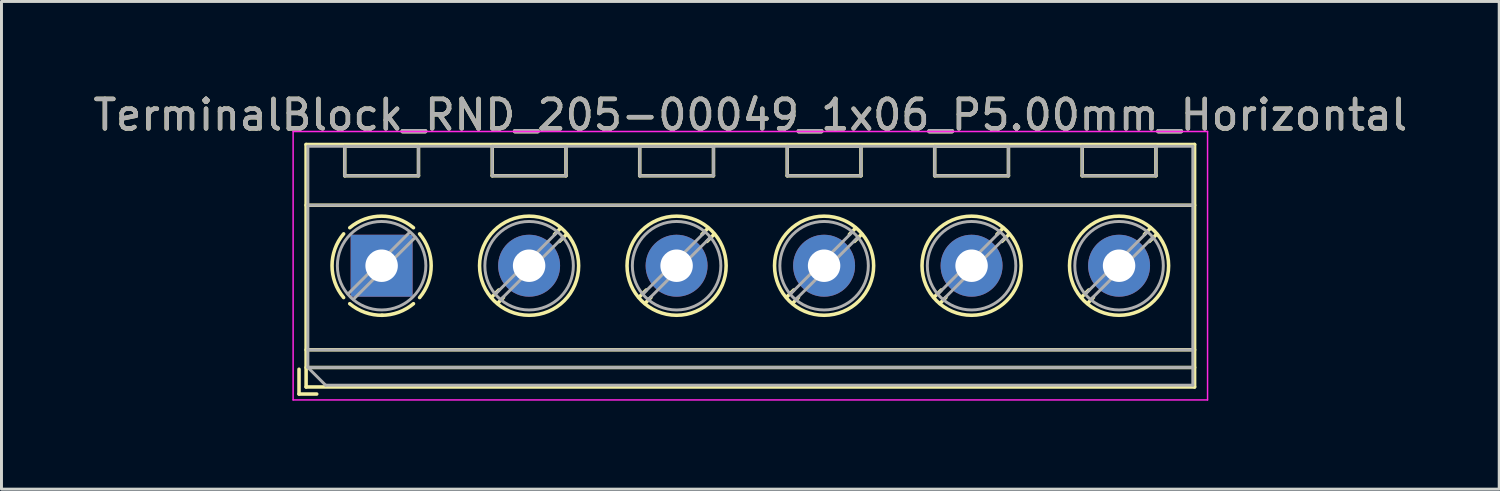
<source format=kicad_pcb>
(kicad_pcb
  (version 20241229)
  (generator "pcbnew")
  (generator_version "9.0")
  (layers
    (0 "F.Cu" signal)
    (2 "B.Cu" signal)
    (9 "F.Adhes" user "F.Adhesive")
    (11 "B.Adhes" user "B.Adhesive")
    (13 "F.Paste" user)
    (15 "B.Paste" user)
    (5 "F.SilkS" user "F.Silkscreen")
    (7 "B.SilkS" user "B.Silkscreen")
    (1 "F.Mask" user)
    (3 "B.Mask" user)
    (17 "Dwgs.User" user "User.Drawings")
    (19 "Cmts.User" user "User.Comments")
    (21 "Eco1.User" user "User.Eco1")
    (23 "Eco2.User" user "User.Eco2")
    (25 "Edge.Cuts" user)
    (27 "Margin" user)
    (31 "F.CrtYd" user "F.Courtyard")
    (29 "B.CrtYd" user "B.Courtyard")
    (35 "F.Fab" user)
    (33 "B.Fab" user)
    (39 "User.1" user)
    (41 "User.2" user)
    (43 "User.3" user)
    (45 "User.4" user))
  (footprint "TerminalBlock_RND_205-00049_1x06_P5.00mm_Horizontal"
    (layer "F.Cu")
    (at 9.887 5.958)
    (property "Reference" "TerminalBlock_RND_205-00049_1x06_P5.00mm_Horizontal" (at 12.5 -5.11 0) (layer "F.SilkS") (effects (font (size 1 1) (thickness 0.15))))
    (attr through_hole)
    (fp_line (start -2.8 3.51) (end -2.8 4.35) (stroke (width 0.12) (type solid)) (layer "F.SilkS"))
    (fp_line (start -2.8 4.35) (end -2.2 4.35) (stroke (width 0.12) (type solid)) (layer "F.SilkS"))
    (fp_line (start -2.56 -4.11) (end -2.56 4.11) (stroke (width 0.12) (type solid)) (layer "F.SilkS"))
    (fp_line (start -2.56 -4.11) (end 27.56 -4.11) (stroke (width 0.12) (type solid)) (layer "F.SilkS"))
    (fp_line (start -2.56 -2.05) (end 27.56 -2.05) (stroke (width 0.12) (type solid)) (layer "F.SilkS"))
    (fp_line (start -2.56 2.85) (end 27.56 2.85) (stroke (width 0.12) (type solid)) (layer "F.SilkS"))
    (fp_line (start -2.56 3.45) (end 27.56 3.45) (stroke (width 0.12) (type solid)) (layer "F.SilkS"))
    (fp_line (start -2.56 4.11) (end 27.56 4.11) (stroke (width 0.12) (type solid)) (layer "F.SilkS"))
    (fp_line (start -1.25 -4.05) (end -1.25 -3.05) (stroke (width 0.12) (type solid)) (layer "F.SilkS"))
    (fp_line (start -1.25 -4.05) (end 1.25 -4.05) (stroke (width 0.12) (type solid)) (layer "F.SilkS"))
    (fp_line (start -1.25 -3.05) (end 1.25 -3.05) (stroke (width 0.12) (type solid)) (layer "F.SilkS"))
    (fp_line (start 1.25 -4.05) (end 1.25 -3.05) (stroke (width 0.12) (type solid)) (layer "F.SilkS"))
    (fp_line (start 3.75 -4.05) (end 3.75 -3.05) (stroke (width 0.12) (type solid)) (layer "F.SilkS"))
    (fp_line (start 3.75 -4.05) (end 6.25 -4.05) (stroke (width 0.12) (type solid)) (layer "F.SilkS"))
    (fp_line (start 3.75 -3.05) (end 6.25 -3.05) (stroke (width 0.12) (type solid)) (layer "F.SilkS"))
    (fp_line (start 3.972 0.823) (end 3.726 1.069) (stroke (width 0.12) (type solid)) (layer "F.SilkS"))
    (fp_line (start 4.13 1.075) (end 3.931 1.274) (stroke (width 0.12) (type solid)) (layer "F.SilkS"))
    (fp_line (start 6.07 -1.275) (end 5.859 -1.064) (stroke (width 0.12) (type solid)) (layer "F.SilkS"))
    (fp_line (start 6.25 -4.05) (end 6.25 -3.05) (stroke (width 0.12) (type solid)) (layer "F.SilkS"))
    (fp_line (start 6.275 -1.069) (end 6.029 -0.823) (stroke (width 0.12) (type solid)) (layer "F.SilkS"))
    (fp_line (start 8.75 -4.05) (end 8.75 -3.05) (stroke (width 0.12) (type solid)) (layer "F.SilkS"))
    (fp_line (start 8.75 -4.05) (end 11.25 -4.05) (stroke (width 0.12) (type solid)) (layer "F.SilkS"))
    (fp_line (start 8.75 -3.05) (end 11.25 -3.05) (stroke (width 0.12) (type solid)) (layer "F.SilkS"))
    (fp_line (start 8.972 0.823) (end 8.726 1.069) (stroke (width 0.12) (type solid)) (layer "F.SilkS"))
    (fp_line (start 9.13 1.075) (end 8.931 1.274) (stroke (width 0.12) (type solid)) (layer "F.SilkS"))
    (fp_line (start 11.07 -1.275) (end 10.859 -1.064) (stroke (width 0.12) (type solid)) (layer "F.SilkS"))
    (fp_line (start 11.25 -4.05) (end 11.25 -3.05) (stroke (width 0.12) (type solid)) (layer "F.SilkS"))
    (fp_line (start 11.275 -1.069) (end 11.029 -0.823) (stroke (width 0.12) (type solid)) (layer "F.SilkS"))
    (fp_line (start 13.75 -4.05) (end 13.75 -3.05) (stroke (width 0.12) (type solid)) (layer "F.SilkS"))
    (fp_line (start 13.75 -4.05) (end 16.25 -4.05) (stroke (width 0.12) (type solid)) (layer "F.SilkS"))
    (fp_line (start 13.75 -3.05) (end 16.25 -3.05) (stroke (width 0.12) (type solid)) (layer "F.SilkS"))
    (fp_line (start 13.972 0.823) (end 13.726 1.069) (stroke (width 0.12) (type solid)) (layer "F.SilkS"))
    (fp_line (start 14.13 1.075) (end 13.931 1.274) (stroke (width 0.12) (type solid)) (layer "F.SilkS"))
    (fp_line (start 16.07 -1.275) (end 15.859 -1.064) (stroke (width 0.12) (type solid)) (layer "F.SilkS"))
    (fp_line (start 16.25 -4.05) (end 16.25 -3.05) (stroke (width 0.12) (type solid)) (layer "F.SilkS"))
    (fp_line (start 16.275 -1.069) (end 16.029 -0.823) (stroke (width 0.12) (type solid)) (layer "F.SilkS"))
    (fp_line (start 18.75 -4.05) (end 18.75 -3.05) (stroke (width 0.12) (type solid)) (layer "F.SilkS"))
    (fp_line (start 18.75 -4.05) (end 21.25 -4.05) (stroke (width 0.12) (type solid)) (layer "F.SilkS"))
    (fp_line (start 18.75 -3.05) (end 21.25 -3.05) (stroke (width 0.12) (type solid)) (layer "F.SilkS"))
    (fp_line (start 18.972 0.823) (end 18.726 1.069) (stroke (width 0.12) (type solid)) (layer "F.SilkS"))
    (fp_line (start 19.13 1.075) (end 18.931 1.274) (stroke (width 0.12) (type solid)) (layer "F.SilkS"))
    (fp_line (start 21.07 -1.275) (end 20.859 -1.064) (stroke (width 0.12) (type solid)) (layer "F.SilkS"))
    (fp_line (start 21.25 -4.05) (end 21.25 -3.05) (stroke (width 0.12) (type solid)) (layer "F.SilkS"))
    (fp_line (start 21.275 -1.069) (end 21.029 -0.823) (stroke (width 0.12) (type solid)) (layer "F.SilkS"))
    (fp_line (start 23.75 -4.05) (end 23.75 -3.05) (stroke (width 0.12) (type solid)) (layer "F.SilkS"))
    (fp_line (start 23.75 -4.05) (end 26.25 -4.05) (stroke (width 0.12) (type solid)) (layer "F.SilkS"))
    (fp_line (start 23.75 -3.05) (end 26.25 -3.05) (stroke (width 0.12) (type solid)) (layer "F.SilkS"))
    (fp_line (start 23.972 0.823) (end 23.726 1.069) (stroke (width 0.12) (type solid)) (layer "F.SilkS"))
    (fp_line (start 24.13 1.075) (end 23.931 1.274) (stroke (width 0.12) (type solid)) (layer "F.SilkS"))
    (fp_line (start 26.07 -1.275) (end 25.859 -1.064) (stroke (width 0.12) (type solid)) (layer "F.SilkS"))
    (fp_line (start 26.25 -4.05) (end 26.25 -3.05) (stroke (width 0.12) (type solid)) (layer "F.SilkS"))
    (fp_line (start 26.275 -1.069) (end 26.029 -0.823) (stroke (width 0.12) (type solid)) (layer "F.SilkS"))
    (fp_line (start 27.56 -4.11) (end 27.56 4.11) (stroke (width 0.12) (type solid)) (layer "F.SilkS"))
    (fp_arc (start -1.288062 1.079734) (mid -1.680752 -0.000826) (end -1.287 -1.081) (stroke (width 0.12) (type solid)) (layer "F.SilkS"))
    (fp_arc (start -1.079908 -1.287078) (mid 0.00006 -1.68011) (end 1.08 -1.287) (stroke (width 0.12) (type solid)) (layer "F.SilkS"))
    (fp_arc (start 0.028507 1.680511) (mid -0.561826 1.584071) (end -1.081 1.287) (stroke (width 0.12) (type solid)) (layer "F.SilkS"))
    (fp_arc (start 1.079883 1.286955) (mid 0.574594 1.578684) (end 0 1.68) (stroke (width 0.12) (type solid)) (layer "F.SilkS"))
    (fp_arc (start 1.287078 -1.079908) (mid 1.68011 0.00006) (end 1.287 1.08) (stroke (width 0.12) (type solid)) (layer "F.SilkS"))
    (fp_circle (center 5 0) (end 6.68 0) (stroke (width 0.12) (type solid)) (fill no) (layer "F.SilkS"))
    (fp_circle (center 10 0) (end 11.68 0) (stroke (width 0.12) (type solid)) (fill no) (layer "F.SilkS"))
    (fp_circle (center 15 0) (end 16.68 0) (stroke (width 0.12) (type solid)) (fill no) (layer "F.SilkS"))
    (fp_circle (center 20 0) (end 21.68 0) (stroke (width 0.12) (type solid)) (fill no) (layer "F.SilkS"))
    (fp_circle (center 25 0) (end 26.68 0) (stroke (width 0.12) (type solid)) (fill no) (layer "F.SilkS"))
    (fp_line (start -3 -4.55) (end -3 4.55) (stroke (width 0.05) (type solid)) (layer "F.CrtYd"))
    (fp_line (start -3 4.55) (end 28 4.55) (stroke (width 0.05) (type solid)) (layer "F.CrtYd"))
    (fp_line (start 28 -4.55) (end -3 -4.55) (stroke (width 0.05) (type solid)) (layer "F.CrtYd"))
    (fp_line (start 28 4.55) (end 28 -4.55) (stroke (width 0.05) (type solid)) (layer "F.CrtYd"))
    (fp_line (start -2.5 -4.05) (end 27.5 -4.05) (stroke (width 0.1) (type solid)) (layer "F.Fab"))
    (fp_line (start -2.5 -2.05) (end 27.5 -2.05) (stroke (width 0.1) (type solid)) (layer "F.Fab"))
    (fp_line (start -2.5 2.85) (end 27.5 2.85) (stroke (width 0.1) (type solid)) (layer "F.Fab"))
    (fp_line (start -2.5 3.45) (end -2.5 -4.05) (stroke (width 0.1) (type solid)) (layer "F.Fab"))
    (fp_line (start -2.5 3.45) (end 27.5 3.45) (stroke (width 0.1) (type solid)) (layer "F.Fab"))
    (fp_line (start -1.9 4.05) (end -2.5 3.45) (stroke (width 0.1) (type solid)) (layer "F.Fab"))
    (fp_line (start -1.25 -4.05) (end -1.25 -3.05) (stroke (width 0.1) (type solid)) (layer "F.Fab"))
    (fp_line (start -1.25 -3.05) (end 1.25 -3.05) (stroke (width 0.1) (type solid)) (layer "F.Fab"))
    (fp_line (start 0.955 -1.138) (end -1.138 0.955) (stroke (width 0.1) (type solid)) (layer "F.Fab"))
    (fp_line (start 1.138 -0.955) (end -0.955 1.138) (stroke (width 0.1) (type solid)) (layer "F.Fab"))
    (fp_line (start 1.25 -4.05) (end -1.25 -4.05) (stroke (width 0.1) (type solid)) (layer "F.Fab"))
    (fp_line (start 1.25 -3.05) (end 1.25 -4.05) (stroke (width 0.1) (type solid)) (layer "F.Fab"))
    (fp_line (start 3.75 -4.05) (end 3.75 -3.05) (stroke (width 0.1) (type solid)) (layer "F.Fab"))
    (fp_line (start 3.75 -3.05) (end 6.25 -3.05) (stroke (width 0.1) (type solid)) (layer "F.Fab"))
    (fp_line (start 5.955 -1.138) (end 3.863 0.955) (stroke (width 0.1) (type solid)) (layer "F.Fab"))
    (fp_line (start 6.138 -0.955) (end 4.046 1.138) (stroke (width 0.1) (type solid)) (layer "F.Fab"))
    (fp_line (start 6.25 -4.05) (end 3.75 -4.05) (stroke (width 0.1) (type solid)) (layer "F.Fab"))
    (fp_line (start 6.25 -3.05) (end 6.25 -4.05) (stroke (width 0.1) (type solid)) (layer "F.Fab"))
    (fp_line (start 8.75 -4.05) (end 8.75 -3.05) (stroke (width 0.1) (type solid)) (layer "F.Fab"))
    (fp_line (start 8.75 -3.05) (end 11.25 -3.05) (stroke (width 0.1) (type solid)) (layer "F.Fab"))
    (fp_line (start 10.955 -1.138) (end 8.863 0.955) (stroke (width 0.1) (type solid)) (layer "F.Fab"))
    (fp_line (start 11.138 -0.955) (end 9.046 1.138) (stroke (width 0.1) (type solid)) (layer "F.Fab"))
    (fp_line (start 11.25 -4.05) (end 8.75 -4.05) (stroke (width 0.1) (type solid)) (layer "F.Fab"))
    (fp_line (start 11.25 -3.05) (end 11.25 -4.05) (stroke (width 0.1) (type solid)) (layer "F.Fab"))
    (fp_line (start 13.75 -4.05) (end 13.75 -3.05) (stroke (width 0.1) (type solid)) (layer "F.Fab"))
    (fp_line (start 13.75 -3.05) (end 16.25 -3.05) (stroke (width 0.1) (type solid)) (layer "F.Fab"))
    (fp_line (start 15.955 -1.138) (end 13.863 0.955) (stroke (width 0.1) (type solid)) (layer "F.Fab"))
    (fp_line (start 16.138 -0.955) (end 14.046 1.138) (stroke (width 0.1) (type solid)) (layer "F.Fab"))
    (fp_line (start 16.25 -4.05) (end 13.75 -4.05) (stroke (width 0.1) (type solid)) (layer "F.Fab"))
    (fp_line (start 16.25 -3.05) (end 16.25 -4.05) (stroke (width 0.1) (type solid)) (layer "F.Fab"))
    (fp_line (start 18.75 -4.05) (end 18.75 -3.05) (stroke (width 0.1) (type solid)) (layer "F.Fab"))
    (fp_line (start 18.75 -3.05) (end 21.25 -3.05) (stroke (width 0.1) (type solid)) (layer "F.Fab"))
    (fp_line (start 20.955 -1.138) (end 18.863 0.955) (stroke (width 0.1) (type solid)) (layer "F.Fab"))
    (fp_line (start 21.138 -0.955) (end 19.046 1.138) (stroke (width 0.1) (type solid)) (layer "F.Fab"))
    (fp_line (start 21.25 -4.05) (end 18.75 -4.05) (stroke (width 0.1) (type solid)) (layer "F.Fab"))
    (fp_line (start 21.25 -3.05) (end 21.25 -4.05) (stroke (width 0.1) (type solid)) (layer "F.Fab"))
    (fp_line (start 23.75 -4.05) (end 23.75 -3.05) (stroke (width 0.1) (type solid)) (layer "F.Fab"))
    (fp_line (start 23.75 -3.05) (end 26.25 -3.05) (stroke (width 0.1) (type solid)) (layer "F.Fab"))
    (fp_line (start 25.955 -1.138) (end 23.863 0.955) (stroke (width 0.1) (type solid)) (layer "F.Fab"))
    (fp_line (start 26.138 -0.955) (end 24.046 1.138) (stroke (width 0.1) (type solid)) (layer "F.Fab"))
    (fp_line (start 26.25 -4.05) (end 23.75 -4.05) (stroke (width 0.1) (type solid)) (layer "F.Fab"))
    (fp_line (start 26.25 -3.05) (end 26.25 -4.05) (stroke (width 0.1) (type solid)) (layer "F.Fab"))
    (fp_line (start 27.5 -4.05) (end 27.5 4.05) (stroke (width 0.1) (type solid)) (layer "F.Fab"))
    (fp_line (start 27.5 4.05) (end -1.9 4.05) (stroke (width 0.1) (type solid)) (layer "F.Fab"))
    (fp_circle (center 0 0) (end 1.5 0) (stroke (width 0.1) (type solid)) (fill no) (layer "F.Fab"))
    (fp_circle (center 5 0) (end 6.5 0) (stroke (width 0.1) (type solid)) (fill no) (layer "F.Fab"))
    (fp_circle (center 10 0) (end 11.5 0) (stroke (width 0.1) (type solid)) (fill no) (layer "F.Fab"))
    (fp_circle (center 15 0) (end 16.5 0) (stroke (width 0.1) (type solid)) (fill no) (layer "F.Fab"))
    (fp_circle (center 20 0) (end 21.5 0) (stroke (width 0.1) (type solid)) (fill no) (layer "F.Fab"))
    (fp_circle (center 25 0) (end 26.5 0) (stroke (width 0.1) (type solid)) (fill no) (layer "F.Fab"))
    (fp_text user "${REFERENCE}" (at 12.5 -5.11 0) (layer "F.Fab") (effects (font (size 1 1) (thickness 0.15))))
    (pad "1" thru_hole rect (at 0 0) (size 2.1 2.1) (drill 1.1) (layers "*.Cu" "*.Mask"))
    (pad "2" thru_hole circle (at 5 0) (size 2.1 2.1) (drill 1.1) (layers "*.Cu" "*.Mask"))
    (pad "3" thru_hole circle (at 10 0) (size 2.1 2.1) (drill 1.1) (layers "*.Cu" "*.Mask"))
    (pad "4" thru_hole circle (at 15 0) (size 2.1 2.1) (drill 1.1) (layers "*.Cu" "*.Mask"))
    (pad "5" thru_hole circle (at 20 0) (size 2.1 2.1) (drill 1.1) (layers "*.Cu" "*.Mask"))
    (pad "6" thru_hole circle (at 25 0) (size 2.1 2.1) (drill 1.1) (layers "*.Cu" "*.Mask")))
  (gr_rect
    (start -3 -3)
    (end 47.774 13.533)
    (stroke (width 0.1) (type default))
    (fill no)
    (layer "Edge.Cuts")))
</source>
